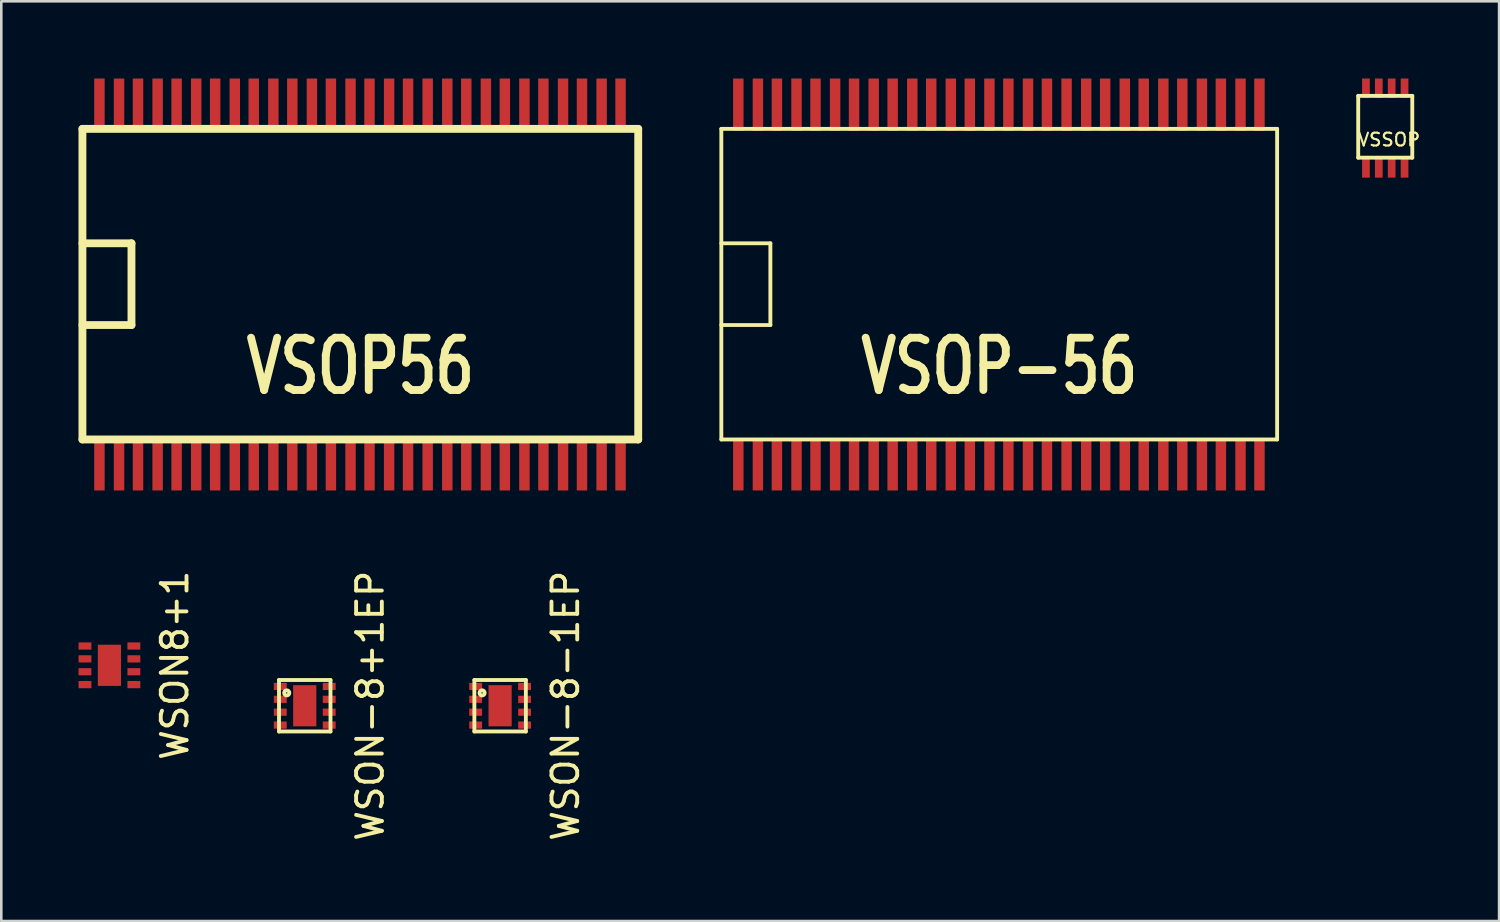
<source format=kicad_pcb>
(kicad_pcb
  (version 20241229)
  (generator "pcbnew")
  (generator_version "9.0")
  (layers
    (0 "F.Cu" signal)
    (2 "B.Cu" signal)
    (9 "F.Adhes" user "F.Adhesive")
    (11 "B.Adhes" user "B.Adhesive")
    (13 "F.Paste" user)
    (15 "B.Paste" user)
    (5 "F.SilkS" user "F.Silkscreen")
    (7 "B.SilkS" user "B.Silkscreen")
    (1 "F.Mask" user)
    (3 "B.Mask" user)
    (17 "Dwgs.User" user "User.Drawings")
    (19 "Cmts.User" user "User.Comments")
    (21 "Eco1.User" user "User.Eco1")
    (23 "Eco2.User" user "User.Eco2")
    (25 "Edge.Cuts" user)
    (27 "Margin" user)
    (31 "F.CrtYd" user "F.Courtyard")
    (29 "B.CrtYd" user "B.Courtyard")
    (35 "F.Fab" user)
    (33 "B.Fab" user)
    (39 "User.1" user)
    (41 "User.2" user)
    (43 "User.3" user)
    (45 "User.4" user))
  (footprint "WSON8+1"
    (layer "F.Cu")
    (at 1.2 22.794)
    (property "Reference" "WSON8+1" (at 2.54 0 90) (layer "F.SilkS") (effects (font (size 1 1) (thickness 0.15))))
    (attr smd)
    (pad "1" smd rect (at -0.95 -0.75 90) (size 0.28 0.5) (layers "F.Cu" "F.Mask" "F.Paste"))
    (pad "2" smd rect (at -0.95 -0.25 90) (size 0.28 0.5) (layers "F.Cu" "F.Mask" "F.Paste"))
    (pad "3" smd rect (at -0.95 0.25 90) (size 0.28 0.5) (layers "F.Cu" "F.Mask" "F.Paste"))
    (pad "4" smd rect (at -0.95 0.75 90) (size 0.28 0.5) (layers "F.Cu" "F.Mask" "F.Paste"))
    (pad "5" smd rect (at 0.95 0.75 90) (size 0.28 0.5) (layers "F.Cu" "F.Mask" "F.Paste"))
    (pad "6" smd rect (at 0.95 0.25 90) (size 0.28 0.5) (layers "F.Cu" "F.Mask" "F.Paste"))
    (pad "7" smd rect (at 0.95 -0.25 90) (size 0.28 0.5) (layers "F.Cu" "F.Mask" "F.Paste"))
    (pad "8" smd rect (at 0.95 -0.75 90) (size 0.28 0.5) (layers "F.Cu" "F.Mask" "F.Paste"))
    (pad "9" smd rect (at 0 0) (size 0.9 1.6) (layers "F.Cu" "F.Mask" "F.Paste")))
  (footprint "WSON-8+1EP"
    (layer "F.Cu")
    (at 8.788 24.365)
    (property "Reference" "WSON-8+1EP" (at 2.54 0 90) (layer "F.SilkS") (effects (font (size 1 1) (thickness 0.15))))
    (attr smd)
    (fp_line (start -1 -1) (end 1 -1) (stroke (width 0.15) (type solid)) (layer "F.SilkS"))
    (fp_line (start -1 1) (end -1 -1) (stroke (width 0.15) (type solid)) (layer "F.SilkS"))
    (fp_line (start 1 -1) (end 1 1) (stroke (width 0.15) (type solid)) (layer "F.SilkS"))
    (fp_line (start 1 1) (end -1 1) (stroke (width 0.15) (type solid)) (layer "F.SilkS"))
    (fp_circle (center -0.7 -0.5) (end -0.7 -0.4) (stroke (width 0.15) (type solid)) (fill no) (layer "F.SilkS"))
    (pad "1" smd rect (at -0.95 -0.75 90) (size 0.28 0.5) (layers "F.Cu" "F.Mask" "F.Paste"))
    (pad "2" smd rect (at -0.95 -0.25 90) (size 0.28 0.5) (layers "F.Cu" "F.Mask" "F.Paste"))
    (pad "3" smd rect (at -0.95 0.25 90) (size 0.28 0.5) (layers "F.Cu" "F.Mask" "F.Paste"))
    (pad "4" smd rect (at -0.95 0.75 90) (size 0.28 0.5) (layers "F.Cu" "F.Mask" "F.Paste"))
    (pad "5" smd rect (at 0.95 0.75 90) (size 0.28 0.5) (layers "F.Cu" "F.Mask" "F.Paste"))
    (pad "6" smd rect (at 0.95 0.25 90) (size 0.28 0.5) (layers "F.Cu" "F.Mask" "F.Paste"))
    (pad "7" smd rect (at 0.95 -0.25 90) (size 0.28 0.5) (layers "F.Cu" "F.Mask" "F.Paste"))
    (pad "8" smd rect (at 0.95 -0.75 90) (size 0.28 0.5) (layers "F.Cu" "F.Mask" "F.Paste"))
    (pad "9" smd rect (at 0 0) (size 0.9 1.6) (layers "F.Cu" "F.Mask" "F.Paste")))
  (footprint "VSOP-56"
    (layer "F.Cu")
    (at 35.765 8.001)
    (property "Reference" "VSOP-56" (at 0 3.175 0) (layer "F.SilkS") (effects (font (size 2.032 1.524) (thickness 0.305))))
    (attr smd)
    (fp_line (start -10.795 -6.045) (end 10.795 -6.045) (stroke (width 0.15) (type solid)) (layer "F.SilkS"))
    (fp_line (start -10.795 -1.6) (end -8.89 -1.6) (stroke (width 0.15) (type solid)) (layer "F.SilkS"))
    (fp_line (start -10.795 6.02) (end -10.795 -6.045) (stroke (width 0.15) (type solid)) (layer "F.SilkS"))
    (fp_line (start -8.89 -1.6) (end -8.89 1.575) (stroke (width 0.15) (type solid)) (layer "F.SilkS"))
    (fp_line (start -8.89 1.575) (end -10.795 1.575) (stroke (width 0.15) (type solid)) (layer "F.SilkS"))
    (fp_line (start 10.795 -6.045) (end 10.795 6.02) (stroke (width 0.15) (type solid)) (layer "F.SilkS"))
    (fp_line (start 10.795 6.02) (end -10.795 6.02) (stroke (width 0.15) (type solid)) (layer "F.SilkS"))
    (pad "1" smd rect (at -10.135 6.985) (size 0.406 2.032) (layers "F.Cu" "F.Mask" "F.Paste"))
    (pad "2" smd rect (at -9.373 6.985) (size 0.406 2.032) (layers "F.Cu" "F.Mask" "F.Paste"))
    (pad "3" smd rect (at -8.636 6.985) (size 0.406 2.032) (layers "F.Cu" "F.Mask" "F.Paste"))
    (pad "4" smd rect (at -7.874 6.985) (size 0.406 2.032) (layers "F.Cu" "F.Mask" "F.Paste"))
    (pad "5" smd rect (at -7.137 6.985) (size 0.406 2.032) (layers "F.Cu" "F.Mask" "F.Paste"))
    (pad "6" smd rect (at -6.375 6.985) (size 0.406 2.032) (layers "F.Cu" "F.Mask" "F.Paste"))
    (pad "7" smd rect (at -5.639 6.985) (size 0.406 2.032) (layers "F.Cu" "F.Mask" "F.Paste"))
    (pad "8" smd rect (at -4.877 6.985) (size 0.406 2.032) (layers "F.Cu" "F.Mask" "F.Paste"))
    (pad "9" smd rect (at -4.14 6.985) (size 0.406 2.032) (layers "F.Cu" "F.Mask" "F.Paste"))
    (pad "10" smd rect (at -3.378 6.985) (size 0.406 2.032) (layers "F.Cu" "F.Mask" "F.Paste"))
    (pad "11" smd rect (at -2.642 6.985) (size 0.406 2.032) (layers "F.Cu" "F.Mask" "F.Paste"))
    (pad "12" smd rect (at -1.88 6.985) (size 0.406 2.032) (layers "F.Cu" "F.Mask" "F.Paste"))
    (pad "13" smd rect (at -1.143 6.985) (size 0.406 2.032) (layers "F.Cu" "F.Mask" "F.Paste"))
    (pad "14" smd rect (at -0.381 6.985) (size 0.406 2.032) (layers "F.Cu" "F.Mask" "F.Paste"))
    (pad "15" smd rect (at 0.356 6.985) (size 0.406 2.032) (layers "F.Cu" "F.Mask" "F.Paste"))
    (pad "16" smd rect (at 1.118 6.985) (size 0.406 2.032) (layers "F.Cu" "F.Mask" "F.Paste"))
    (pad "17" smd rect (at 1.854 6.985) (size 0.406 2.032) (layers "F.Cu" "F.Mask" "F.Paste"))
    (pad "18" smd rect (at 2.616 6.985) (size 0.406 2.032) (layers "F.Cu" "F.Mask" "F.Paste"))
    (pad "19" smd rect (at 3.378 6.985) (size 0.406 2.032) (layers "F.Cu" "F.Mask" "F.Paste"))
    (pad "20" smd rect (at 4.115 6.985) (size 0.406 2.032) (layers "F.Cu" "F.Mask" "F.Paste"))
    (pad "21" smd rect (at 4.877 6.985) (size 0.406 2.032) (layers "F.Cu" "F.Mask" "F.Paste"))
    (pad "22" smd rect (at 5.613 6.985) (size 0.406 2.032) (layers "F.Cu" "F.Mask" "F.Paste"))
    (pad "23" smd rect (at 6.375 6.985) (size 0.406 2.032) (layers "F.Cu" "F.Mask" "F.Paste"))
    (pad "24" smd rect (at 7.112 6.985) (size 0.406 2.032) (layers "F.Cu" "F.Mask" "F.Paste"))
    (pad "25" smd rect (at 7.874 6.985) (size 0.406 2.032) (layers "F.Cu" "F.Mask" "F.Paste"))
    (pad "26" smd rect (at 8.611 6.985) (size 0.406 2.032) (layers "F.Cu" "F.Mask" "F.Paste"))
    (pad "27" smd rect (at 9.373 6.985) (size 0.406 2.032) (layers "F.Cu" "F.Mask" "F.Paste"))
    (pad "28" smd rect (at 10.109 6.985) (size 0.406 2.032) (layers "F.Cu" "F.Mask" "F.Paste"))
    (pad "29" smd rect (at 10.109 -6.985) (size 0.406 2.032) (layers "F.Cu" "F.Mask" "F.Paste"))
    (pad "30" smd rect (at 9.373 -6.985) (size 0.406 2.032) (layers "F.Cu" "F.Mask" "F.Paste"))
    (pad "31" smd rect (at 8.611 -6.985) (size 0.406 2.032) (layers "F.Cu" "F.Mask" "F.Paste"))
    (pad "32" smd rect (at 7.874 -6.985) (size 0.406 2.032) (layers "F.Cu" "F.Mask" "F.Paste"))
    (pad "33" smd rect (at 7.112 -6.985) (size 0.406 2.032) (layers "F.Cu" "F.Mask" "F.Paste"))
    (pad "34" smd rect (at 6.375 -6.985) (size 0.406 2.032) (layers "F.Cu" "F.Mask" "F.Paste"))
    (pad "35" smd rect (at 5.613 -6.985) (size 0.406 2.032) (layers "F.Cu" "F.Mask" "F.Paste"))
    (pad "36" smd rect (at 4.877 -6.985) (size 0.406 2.032) (layers "F.Cu" "F.Mask" "F.Paste"))
    (pad "37" smd rect (at 4.115 -6.985) (size 0.406 2.032) (layers "F.Cu" "F.Mask" "F.Paste"))
    (pad "38" smd rect (at 3.378 -6.985) (size 0.406 2.032) (layers "F.Cu" "F.Mask" "F.Paste"))
    (pad "39" smd rect (at 2.616 -6.985) (size 0.406 2.032) (layers "F.Cu" "F.Mask" "F.Paste"))
    (pad "40" smd rect (at 1.854 -6.985) (size 0.406 2.032) (layers "F.Cu" "F.Mask" "F.Paste"))
    (pad "41" smd rect (at 1.118 -6.985) (size 0.406 2.032) (layers "F.Cu" "F.Mask" "F.Paste"))
    (pad "42" smd rect (at 0.356 -6.985) (size 0.406 2.032) (layers "F.Cu" "F.Mask" "F.Paste"))
    (pad "43" smd rect (at -0.381 -6.985) (size 0.406 2.032) (layers "F.Cu" "F.Mask" "F.Paste"))
    (pad "44" smd rect (at -1.143 -6.985) (size 0.406 2.032) (layers "F.Cu" "F.Mask" "F.Paste"))
    (pad "45" smd rect (at -1.88 -6.985) (size 0.406 2.032) (layers "F.Cu" "F.Mask" "F.Paste"))
    (pad "46" smd rect (at -2.642 -6.985) (size 0.406 2.032) (layers "F.Cu" "F.Mask" "F.Paste"))
    (pad "47" smd rect (at -3.378 -6.985) (size 0.406 2.032) (layers "F.Cu" "F.Mask" "F.Paste"))
    (pad "48" smd rect (at -4.14 -6.985) (size 0.406 2.032) (layers "F.Cu" "F.Mask" "F.Paste"))
    (pad "49" smd rect (at -4.877 -6.985) (size 0.406 2.032) (layers "F.Cu" "F.Mask" "F.Paste"))
    (pad "50" smd rect (at -5.639 -6.985) (size 0.406 2.032) (layers "F.Cu" "F.Mask" "F.Paste"))
    (pad "51" smd rect (at -6.375 -6.985) (size 0.406 2.032) (layers "F.Cu" "F.Mask" "F.Paste"))
    (pad "52" smd rect (at -7.137 -6.985) (size 0.406 2.032) (layers "F.Cu" "F.Mask" "F.Paste"))
    (pad "53" smd rect (at -7.874 -6.985) (size 0.406 2.032) (layers "F.Cu" "F.Mask" "F.Paste"))
    (pad "54" smd rect (at -8.636 -6.985) (size 0.406 2.032) (layers "F.Cu" "F.Mask" "F.Paste"))
    (pad "55" smd rect (at -9.373 -6.985) (size 0.406 2.032) (layers "F.Cu" "F.Mask" "F.Paste"))
    (pad "56" smd rect (at -10.135 -6.985) (size 0.406 2.032) (layers "F.Cu" "F.Mask" "F.Paste")))
  (footprint "WSON-8-1EP"
    (layer "F.Cu")
    (at 16.377 24.365)
    (property "Reference" "WSON-8-1EP" (at 2.54 0 90) (layer "F.SilkS") (effects (font (size 1 1) (thickness 0.15))))
    (attr smd)
    (fp_line (start -1 -1) (end 1 -1) (stroke (width 0.15) (type solid)) (layer "F.SilkS"))
    (fp_line (start -1 1) (end -1 -1) (stroke (width 0.15) (type solid)) (layer "F.SilkS"))
    (fp_line (start 1 -1) (end 1 1) (stroke (width 0.15) (type solid)) (layer "F.SilkS"))
    (fp_line (start 1 1) (end -1 1) (stroke (width 0.15) (type solid)) (layer "F.SilkS"))
    (fp_circle (center -0.7 -0.5) (end -0.7 -0.4) (stroke (width 0.15) (type solid)) (fill no) (layer "F.SilkS"))
    (pad "1" smd rect (at -0.95 -0.75 90) (size 0.28 0.5) (layers "F.Cu" "F.Mask" "F.Paste"))
    (pad "2" smd rect (at -0.95 -0.25 90) (size 0.28 0.5) (layers "F.Cu" "F.Mask" "F.Paste"))
    (pad "3" smd rect (at -0.95 0.25 90) (size 0.28 0.5) (layers "F.Cu" "F.Mask" "F.Paste"))
    (pad "4" smd rect (at -0.95 0.75 90) (size 0.28 0.5) (layers "F.Cu" "F.Mask" "F.Paste"))
    (pad "5" smd rect (at 0.95 0.75 90) (size 0.28 0.5) (layers "F.Cu" "F.Mask" "F.Paste"))
    (pad "6" smd rect (at 0.95 0.25 90) (size 0.28 0.5) (layers "F.Cu" "F.Mask" "F.Paste"))
    (pad "7" smd rect (at 0.95 -0.25 90) (size 0.28 0.5) (layers "F.Cu" "F.Mask" "F.Paste"))
    (pad "8" smd rect (at 0.95 -0.75 90) (size 0.28 0.5) (layers "F.Cu" "F.Mask" "F.Paste"))
    (pad "9" smd rect (at 0 0) (size 0.9 1.6) (layers "F.Cu" "F.Mask" "F.Paste")))
  (footprint "VSSOP"
    (layer "F.Cu")
    (at 50.81 1.875)
    (property "Reference" "VSSOP" (at 0.1 0.5 0) (layer "F.SilkS") (effects (font (size 0.5 0.5) (thickness 0.08))))
    (attr smd)
    (fp_line (start -1.1 -1.2) (end -1.1 1.2) (stroke (width 0.15) (type solid)) (layer "F.SilkS"))
    (fp_line (start -1.1 1.2) (end 1 1.2) (stroke (width 0.15) (type solid)) (layer "F.SilkS"))
    (fp_line (start 1 -1.2) (end -1.1 -1.2) (stroke (width 0.15) (type solid)) (layer "F.SilkS"))
    (fp_line (start 1 1.2) (end 1 -1.2) (stroke (width 0.15) (type solid)) (layer "F.SilkS"))
    (pad "1" smd rect (at 0.7 -1.5) (size 0.3 0.75) (layers "F.Cu" "F.Mask" "F.Paste"))
    (pad "2" smd rect (at 0.2 -1.5) (size 0.3 0.75) (layers "F.Cu" "F.Mask" "F.Paste"))
    (pad "3" smd rect (at -0.3 -1.5) (size 0.3 0.75) (layers "F.Cu" "F.Mask" "F.Paste"))
    (pad "4" smd rect (at -0.8 -1.5) (size 0.3 0.75) (layers "F.Cu" "F.Mask" "F.Paste"))
    (pad "5" smd rect (at -0.8 1.6) (size 0.3 0.75) (layers "F.Cu" "F.Mask" "F.Paste"))
    (pad "6" smd rect (at -0.3 1.6) (size 0.3 0.75) (layers "F.Cu" "F.Mask" "F.Paste"))
    (pad "7" smd rect (at 0.2 1.6) (size 0.3 0.75) (layers "F.Cu" "F.Mask" "F.Paste"))
    (pad "8" smd rect (at 0.7 1.6) (size 0.3 0.75) (layers "F.Cu" "F.Mask" "F.Paste")))
  (footprint "VSOP56"
    (layer "F.Cu")
    (at 10.947 8.001)
    (property "Reference" "VSOP56" (at 0 3.175 0) (layer "F.SilkS") (effects (font (size 2.032 1.524) (thickness 0.305))))
    (attr smd)
    (fp_line (start -10.795 -6.045) (end 10.795 -6.045) (stroke (width 0.305) (type solid)) (layer "F.SilkS"))
    (fp_line (start -10.795 -1.6) (end -8.89 -1.6) (stroke (width 0.305) (type solid)) (layer "F.SilkS"))
    (fp_line (start -10.795 6.02) (end -10.795 -6.045) (stroke (width 0.305) (type solid)) (layer "F.SilkS"))
    (fp_line (start -8.89 -1.6) (end -8.89 1.575) (stroke (width 0.305) (type solid)) (layer "F.SilkS"))
    (fp_line (start -8.89 1.575) (end -10.795 1.575) (stroke (width 0.305) (type solid)) (layer "F.SilkS"))
    (fp_line (start 10.795 -6.045) (end 10.795 6.02) (stroke (width 0.305) (type solid)) (layer "F.SilkS"))
    (fp_line (start 10.795 6.02) (end -10.795 6.02) (stroke (width 0.305) (type solid)) (layer "F.SilkS"))
    (pad "1" smd rect (at -10.135 6.985) (size 0.406 2.032) (layers "F.Cu" "F.Mask" "F.Paste"))
    (pad "2" smd rect (at -9.373 6.985) (size 0.406 2.032) (layers "F.Cu" "F.Mask" "F.Paste"))
    (pad "3" smd rect (at -8.636 6.985) (size 0.406 2.032) (layers "F.Cu" "F.Mask" "F.Paste"))
    (pad "4" smd rect (at -7.874 6.985) (size 0.406 2.032) (layers "F.Cu" "F.Mask" "F.Paste"))
    (pad "5" smd rect (at -7.137 6.985) (size 0.406 2.032) (layers "F.Cu" "F.Mask" "F.Paste"))
    (pad "6" smd rect (at -6.375 6.985) (size 0.406 2.032) (layers "F.Cu" "F.Mask" "F.Paste"))
    (pad "7" smd rect (at -5.639 6.985) (size 0.406 2.032) (layers "F.Cu" "F.Mask" "F.Paste"))
    (pad "8" smd rect (at -4.877 6.985) (size 0.406 2.032) (layers "F.Cu" "F.Mask" "F.Paste"))
    (pad "9" smd rect (at -4.14 6.985) (size 0.406 2.032) (layers "F.Cu" "F.Mask" "F.Paste"))
    (pad "10" smd rect (at -3.378 6.985) (size 0.406 2.032) (layers "F.Cu" "F.Mask" "F.Paste"))
    (pad "11" smd rect (at -2.642 6.985) (size 0.406 2.032) (layers "F.Cu" "F.Mask" "F.Paste"))
    (pad "12" smd rect (at -1.88 6.985) (size 0.406 2.032) (layers "F.Cu" "F.Mask" "F.Paste"))
    (pad "13" smd rect (at -1.143 6.985) (size 0.406 2.032) (layers "F.Cu" "F.Mask" "F.Paste"))
    (pad "14" smd rect (at -0.381 6.985) (size 0.406 2.032) (layers "F.Cu" "F.Mask" "F.Paste"))
    (pad "15" smd rect (at 0.356 6.985) (size 0.406 2.032) (layers "F.Cu" "F.Mask" "F.Paste"))
    (pad "16" smd rect (at 1.118 6.985) (size 0.406 2.032) (layers "F.Cu" "F.Mask" "F.Paste"))
    (pad "17" smd rect (at 1.854 6.985) (size 0.406 2.032) (layers "F.Cu" "F.Mask" "F.Paste"))
    (pad "18" smd rect (at 2.616 6.985) (size 0.406 2.032) (layers "F.Cu" "F.Mask" "F.Paste"))
    (pad "19" smd rect (at 3.378 6.985) (size 0.406 2.032) (layers "F.Cu" "F.Mask" "F.Paste"))
    (pad "20" smd rect (at 4.115 6.985) (size 0.406 2.032) (layers "F.Cu" "F.Mask" "F.Paste"))
    (pad "21" smd rect (at 4.877 6.985) (size 0.406 2.032) (layers "F.Cu" "F.Mask" "F.Paste"))
    (pad "22" smd rect (at 5.613 6.985) (size 0.406 2.032) (layers "F.Cu" "F.Mask" "F.Paste"))
    (pad "23" smd rect (at 6.375 6.985) (size 0.406 2.032) (layers "F.Cu" "F.Mask" "F.Paste"))
    (pad "24" smd rect (at 7.112 6.985) (size 0.406 2.032) (layers "F.Cu" "F.Mask" "F.Paste"))
    (pad "25" smd rect (at 7.874 6.985) (size 0.406 2.032) (layers "F.Cu" "F.Mask" "F.Paste"))
    (pad "26" smd rect (at 8.611 6.985) (size 0.406 2.032) (layers "F.Cu" "F.Mask" "F.Paste"))
    (pad "27" smd rect (at 9.373 6.985) (size 0.406 2.032) (layers "F.Cu" "F.Mask" "F.Paste"))
    (pad "28" smd rect (at 10.109 6.985) (size 0.406 2.032) (layers "F.Cu" "F.Mask" "F.Paste"))
    (pad "29" smd rect (at 10.109 -6.985) (size 0.406 2.032) (layers "F.Cu" "F.Mask" "F.Paste"))
    (pad "30" smd rect (at 9.373 -6.985) (size 0.406 2.032) (layers "F.Cu" "F.Mask" "F.Paste"))
    (pad "31" smd rect (at 8.611 -6.985) (size 0.406 2.032) (layers "F.Cu" "F.Mask" "F.Paste"))
    (pad "32" smd rect (at 7.874 -6.985) (size 0.406 2.032) (layers "F.Cu" "F.Mask" "F.Paste"))
    (pad "33" smd rect (at 7.112 -6.985) (size 0.406 2.032) (layers "F.Cu" "F.Mask" "F.Paste"))
    (pad "34" smd rect (at 6.375 -6.985) (size 0.406 2.032) (layers "F.Cu" "F.Mask" "F.Paste"))
    (pad "35" smd rect (at 5.613 -6.985) (size 0.406 2.032) (layers "F.Cu" "F.Mask" "F.Paste"))
    (pad "36" smd rect (at 4.877 -6.985) (size 0.406 2.032) (layers "F.Cu" "F.Mask" "F.Paste"))
    (pad "37" smd rect (at 4.115 -6.985) (size 0.406 2.032) (layers "F.Cu" "F.Mask" "F.Paste"))
    (pad "38" smd rect (at 3.378 -6.985) (size 0.406 2.032) (layers "F.Cu" "F.Mask" "F.Paste"))
    (pad "39" smd rect (at 2.616 -6.985) (size 0.406 2.032) (layers "F.Cu" "F.Mask" "F.Paste"))
    (pad "40" smd rect (at 1.854 -6.985) (size 0.406 2.032) (layers "F.Cu" "F.Mask" "F.Paste"))
    (pad "41" smd rect (at 1.118 -6.985) (size 0.406 2.032) (layers "F.Cu" "F.Mask" "F.Paste"))
    (pad "42" smd rect (at 0.356 -6.985) (size 0.406 2.032) (layers "F.Cu" "F.Mask" "F.Paste"))
    (pad "43" smd rect (at -0.381 -6.985) (size 0.406 2.032) (layers "F.Cu" "F.Mask" "F.Paste"))
    (pad "44" smd rect (at -1.143 -6.985) (size 0.406 2.032) (layers "F.Cu" "F.Mask" "F.Paste"))
    (pad "45" smd rect (at -1.88 -6.985) (size 0.406 2.032) (layers "F.Cu" "F.Mask" "F.Paste"))
    (pad "46" smd rect (at -2.642 -6.985) (size 0.406 2.032) (layers "F.Cu" "F.Mask" "F.Paste"))
    (pad "47" smd rect (at -3.378 -6.985) (size 0.406 2.032) (layers "F.Cu" "F.Mask" "F.Paste"))
    (pad "48" smd rect (at -4.14 -6.985) (size 0.406 2.032) (layers "F.Cu" "F.Mask" "F.Paste"))
    (pad "49" smd rect (at -4.877 -6.985) (size 0.406 2.032) (layers "F.Cu" "F.Mask" "F.Paste"))
    (pad "50" smd rect (at -5.639 -6.985) (size 0.406 2.032) (layers "F.Cu" "F.Mask" "F.Paste"))
    (pad "51" smd rect (at -6.375 -6.985) (size 0.406 2.032) (layers "F.Cu" "F.Mask" "F.Paste"))
    (pad "52" smd rect (at -7.137 -6.985) (size 0.406 2.032) (layers "F.Cu" "F.Mask" "F.Paste"))
    (pad "53" smd rect (at -7.874 -6.985) (size 0.406 2.032) (layers "F.Cu" "F.Mask" "F.Paste"))
    (pad "54" smd rect (at -8.636 -6.985) (size 0.406 2.032) (layers "F.Cu" "F.Mask" "F.Paste"))
    (pad "55" smd rect (at -9.373 -6.985) (size 0.406 2.032) (layers "F.Cu" "F.Mask" "F.Paste"))
    (pad "56" smd rect (at -10.135 -6.985) (size 0.406 2.032) (layers "F.Cu" "F.Mask" "F.Paste")))
  (gr_rect
    (start -3 -3)
    (end 55.182 32.728)
    (stroke (width 0.1) (type default))
    (fill no)
    (layer "Edge.Cuts")))
</source>
